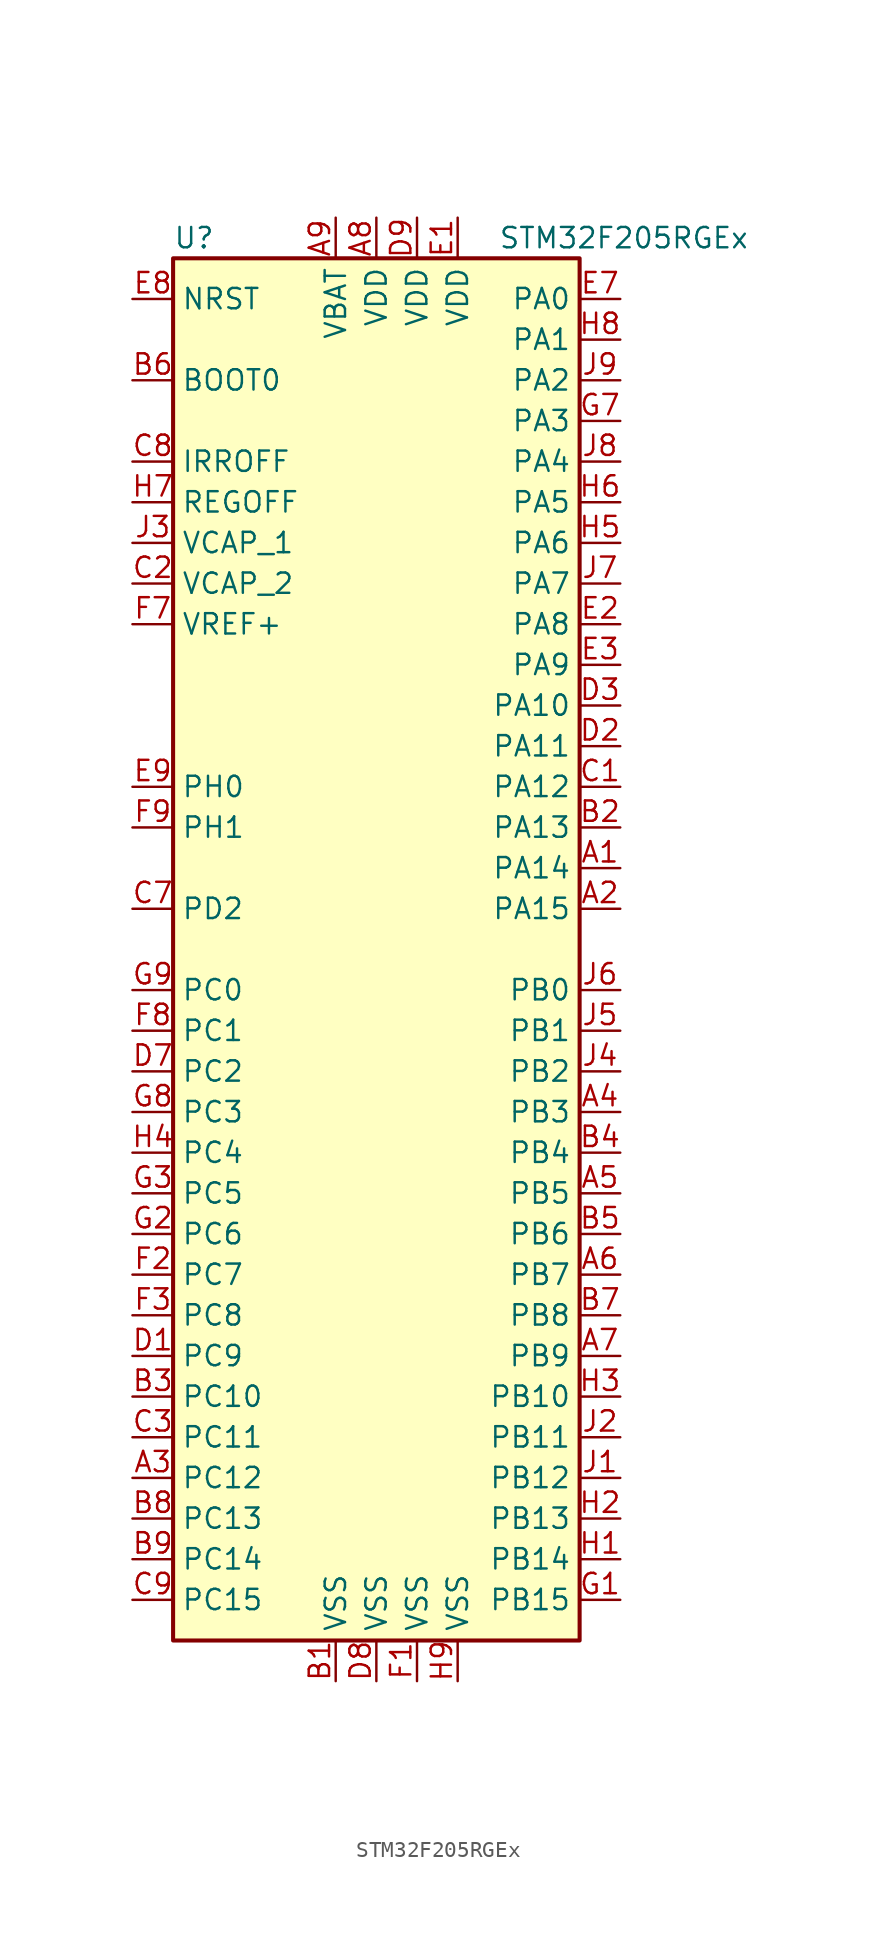
<source format=kicad_sym>
(kicad_symbol_lib
  (version 20201005)
  (generator kicad_symbol_editor)
  (symbol "MCU_ST_STM32F2:STM32F205RGEx"
    (property "Reference" "U"
      (at -12.7 44.45 0)
      (effects (font (size 1.27 1.27)) (justify left)))
    (property "Value" "STM32F205RGEx"
      (at 7.62 44.45 0)
      (effects (font (size 1.27 1.27)) (justify left)))
    (symbol "STM32F205RGEx_0_1"
      (rectangle (start -12.7 -43.18) (end 12.7 43.18) (stroke (width 0.254)) (fill (type background))))
    (symbol "STM32F205RGEx_1_1"
      (pin input line (at -15.24 35.56 0) (length 2.54) (name "BOOT0" (effects (font (size 1.27 1.27)))) (number "B6" (effects (font (size 1.27 1.27)))))
      (pin power_in line (at -15.24 30.48 0) (length 2.54) (name "IRROFF" (effects (font (size 1.27 1.27)))) (number "C8" (effects (font (size 1.27 1.27)))))
      (pin input line (at -15.24 40.64 0) (length 2.54) (name "NRST" (effects (font (size 1.27 1.27)))) (number "E8" (effects (font (size 1.27 1.27)))))
      (pin bidirectional line (at 15.24 40.64 180) (length 2.54) (name "PA0" (effects (font (size 1.27 1.27)))) (number "E7" (effects (font (size 1.27 1.27)))))
      (pin bidirectional line (at 15.24 38.1 180) (length 2.54) (name "PA1" (effects (font (size 1.27 1.27)))) (number "H8" (effects (font (size 1.27 1.27)))))
      (pin bidirectional line (at 15.24 15.24 180) (length 2.54) (name "PA10" (effects (font (size 1.27 1.27)))) (number "D3" (effects (font (size 1.27 1.27)))))
      (pin bidirectional line (at 15.24 12.7 180) (length 2.54) (name "PA11" (effects (font (size 1.27 1.27)))) (number "D2" (effects (font (size 1.27 1.27)))))
      (pin bidirectional line (at 15.24 10.16 180) (length 2.54) (name "PA12" (effects (font (size 1.27 1.27)))) (number "C1" (effects (font (size 1.27 1.27)))))
      (pin bidirectional line (at 15.24 7.62 180) (length 2.54) (name "PA13" (effects (font (size 1.27 1.27)))) (number "B2" (effects (font (size 1.27 1.27)))))
      (pin bidirectional line (at 15.24 5.08 180) (length 2.54) (name "PA14" (effects (font (size 1.27 1.27)))) (number "A1" (effects (font (size 1.27 1.27)))))
      (pin bidirectional line (at 15.24 2.54 180) (length 2.54) (name "PA15" (effects (font (size 1.27 1.27)))) (number "A2" (effects (font (size 1.27 1.27)))))
      (pin bidirectional line (at 15.24 35.56 180) (length 2.54) (name "PA2" (effects (font (size 1.27 1.27)))) (number "J9" (effects (font (size 1.27 1.27)))))
      (pin bidirectional line (at 15.24 33.02 180) (length 2.54) (name "PA3" (effects (font (size 1.27 1.27)))) (number "G7" (effects (font (size 1.27 1.27)))))
      (pin bidirectional line (at 15.24 30.48 180) (length 2.54) (name "PA4" (effects (font (size 1.27 1.27)))) (number "J8" (effects (font (size 1.27 1.27)))))
      (pin bidirectional line (at 15.24 27.94 180) (length 2.54) (name "PA5" (effects (font (size 1.27 1.27)))) (number "H6" (effects (font (size 1.27 1.27)))))
      (pin bidirectional line (at 15.24 25.4 180) (length 2.54) (name "PA6" (effects (font (size 1.27 1.27)))) (number "H5" (effects (font (size 1.27 1.27)))))
      (pin bidirectional line (at 15.24 22.86 180) (length 2.54) (name "PA7" (effects (font (size 1.27 1.27)))) (number "J7" (effects (font (size 1.27 1.27)))))
      (pin bidirectional line (at 15.24 20.32 180) (length 2.54) (name "PA8" (effects (font (size 1.27 1.27)))) (number "E2" (effects (font (size 1.27 1.27)))))
      (pin bidirectional line (at 15.24 17.78 180) (length 2.54) (name "PA9" (effects (font (size 1.27 1.27)))) (number "E3" (effects (font (size 1.27 1.27)))))
      (pin bidirectional line (at 15.24 -2.54 180) (length 2.54) (name "PB0" (effects (font (size 1.27 1.27)))) (number "J6" (effects (font (size 1.27 1.27)))))
      (pin bidirectional line (at 15.24 -5.08 180) (length 2.54) (name "PB1" (effects (font (size 1.27 1.27)))) (number "J5" (effects (font (size 1.27 1.27)))))
      (pin bidirectional line (at 15.24 -27.94 180) (length 2.54) (name "PB10" (effects (font (size 1.27 1.27)))) (number "H3" (effects (font (size 1.27 1.27)))))
      (pin bidirectional line (at 15.24 -30.48 180) (length 2.54) (name "PB11" (effects (font (size 1.27 1.27)))) (number "J2" (effects (font (size 1.27 1.27)))))
      (pin bidirectional line (at 15.24 -33.02 180) (length 2.54) (name "PB12" (effects (font (size 1.27 1.27)))) (number "J1" (effects (font (size 1.27 1.27)))))
      (pin bidirectional line (at 15.24 -35.56 180) (length 2.54) (name "PB13" (effects (font (size 1.27 1.27)))) (number "H2" (effects (font (size 1.27 1.27)))))
      (pin bidirectional line (at 15.24 -38.1 180) (length 2.54) (name "PB14" (effects (font (size 1.27 1.27)))) (number "H1" (effects (font (size 1.27 1.27)))))
      (pin bidirectional line (at 15.24 -40.64 180) (length 2.54) (name "PB15" (effects (font (size 1.27 1.27)))) (number "G1" (effects (font (size 1.27 1.27)))))
      (pin bidirectional line (at 15.24 -7.62 180) (length 2.54) (name "PB2" (effects (font (size 1.27 1.27)))) (number "J4" (effects (font (size 1.27 1.27)))))
      (pin bidirectional line (at 15.24 -10.16 180) (length 2.54) (name "PB3" (effects (font (size 1.27 1.27)))) (number "A4" (effects (font (size 1.27 1.27)))))
      (pin bidirectional line (at 15.24 -12.7 180) (length 2.54) (name "PB4" (effects (font (size 1.27 1.27)))) (number "B4" (effects (font (size 1.27 1.27)))))
      (pin bidirectional line (at 15.24 -15.24 180) (length 2.54) (name "PB5" (effects (font (size 1.27 1.27)))) (number "A5" (effects (font (size 1.27 1.27)))))
      (pin bidirectional line (at 15.24 -17.78 180) (length 2.54) (name "PB6" (effects (font (size 1.27 1.27)))) (number "B5" (effects (font (size 1.27 1.27)))))
      (pin bidirectional line (at 15.24 -20.32 180) (length 2.54) (name "PB7" (effects (font (size 1.27 1.27)))) (number "A6" (effects (font (size 1.27 1.27)))))
      (pin bidirectional line (at 15.24 -22.86 180) (length 2.54) (name "PB8" (effects (font (size 1.27 1.27)))) (number "B7" (effects (font (size 1.27 1.27)))))
      (pin bidirectional line (at 15.24 -25.4 180) (length 2.54) (name "PB9" (effects (font (size 1.27 1.27)))) (number "A7" (effects (font (size 1.27 1.27)))))
      (pin bidirectional line (at -15.24 -2.54 0) (length 2.54) (name "PC0" (effects (font (size 1.27 1.27)))) (number "G9" (effects (font (size 1.27 1.27)))))
      (pin bidirectional line (at -15.24 -5.08 0) (length 2.54) (name "PC1" (effects (font (size 1.27 1.27)))) (number "F8" (effects (font (size 1.27 1.27)))))
      (pin bidirectional line (at -15.24 -27.94 0) (length 2.54) (name "PC10" (effects (font (size 1.27 1.27)))) (number "B3" (effects (font (size 1.27 1.27)))))
      (pin bidirectional line (at -15.24 -30.48 0) (length 2.54) (name "PC11" (effects (font (size 1.27 1.27)))) (number "C3" (effects (font (size 1.27 1.27)))))
      (pin bidirectional line (at -15.24 -33.02 0) (length 2.54) (name "PC12" (effects (font (size 1.27 1.27)))) (number "A3" (effects (font (size 1.27 1.27)))))
      (pin bidirectional line (at -15.24 -35.56 0) (length 2.54) (name "PC13" (effects (font (size 1.27 1.27)))) (number "B8" (effects (font (size 1.27 1.27)))))
      (pin bidirectional line (at -15.24 -38.1 0) (length 2.54) (name "PC14" (effects (font (size 1.27 1.27)))) (number "B9" (effects (font (size 1.27 1.27)))))
      (pin bidirectional line (at -15.24 -40.64 0) (length 2.54) (name "PC15" (effects (font (size 1.27 1.27)))) (number "C9" (effects (font (size 1.27 1.27)))))
      (pin bidirectional line (at -15.24 -7.62 0) (length 2.54) (name "PC2" (effects (font (size 1.27 1.27)))) (number "D7" (effects (font (size 1.27 1.27)))))
      (pin bidirectional line (at -15.24 -10.16 0) (length 2.54) (name "PC3" (effects (font (size 1.27 1.27)))) (number "G8" (effects (font (size 1.27 1.27)))))
      (pin bidirectional line (at -15.24 -12.7 0) (length 2.54) (name "PC4" (effects (font (size 1.27 1.27)))) (number "H4" (effects (font (size 1.27 1.27)))))
      (pin bidirectional line (at -15.24 -15.24 0) (length 2.54) (name "PC5" (effects (font (size 1.27 1.27)))) (number "G3" (effects (font (size 1.27 1.27)))))
      (pin bidirectional line (at -15.24 -17.78 0) (length 2.54) (name "PC6" (effects (font (size 1.27 1.27)))) (number "G2" (effects (font (size 1.27 1.27)))))
      (pin bidirectional line (at -15.24 -20.32 0) (length 2.54) (name "PC7" (effects (font (size 1.27 1.27)))) (number "F2" (effects (font (size 1.27 1.27)))))
      (pin bidirectional line (at -15.24 -22.86 0) (length 2.54) (name "PC8" (effects (font (size 1.27 1.27)))) (number "F3" (effects (font (size 1.27 1.27)))))
      (pin bidirectional line (at -15.24 -25.4 0) (length 2.54) (name "PC9" (effects (font (size 1.27 1.27)))) (number "D1" (effects (font (size 1.27 1.27)))))
      (pin bidirectional line (at -15.24 2.54 0) (length 2.54) (name "PD2" (effects (font (size 1.27 1.27)))) (number "C7" (effects (font (size 1.27 1.27)))))
      (pin input line (at -15.24 10.16 0) (length 2.54) (name "PH0" (effects (font (size 1.27 1.27)))) (number "E9" (effects (font (size 1.27 1.27)))))
      (pin input line (at -15.24 7.62 0) (length 2.54) (name "PH1" (effects (font (size 1.27 1.27)))) (number "F9" (effects (font (size 1.27 1.27)))))
      (pin power_in line (at -15.24 27.94 0) (length 2.54) (name "REGOFF" (effects (font (size 1.27 1.27)))) (number "H7" (effects (font (size 1.27 1.27)))))
      (pin power_in line (at -2.54 45.72 270) (length 2.54) (name "VBAT" (effects (font (size 1.27 1.27)))) (number "A9" (effects (font (size 1.27 1.27)))))
      (pin power_in line (at -15.24 25.4 0) (length 2.54) (name "VCAP_1" (effects (font (size 1.27 1.27)))) (number "J3" (effects (font (size 1.27 1.27)))))
      (pin power_in line (at -15.24 22.86 0) (length 2.54) (name "VCAP_2" (effects (font (size 1.27 1.27)))) (number "C2" (effects (font (size 1.27 1.27)))))
      (pin power_in line (at 0 45.72 270) (length 2.54) (name "VDD" (effects (font (size 1.27 1.27)))) (number "A8" (effects (font (size 1.27 1.27)))))
      (pin power_in line (at 2.54 45.72 270) (length 2.54) (name "VDD" (effects (font (size 1.27 1.27)))) (number "D9" (effects (font (size 1.27 1.27)))))
      (pin power_in line (at 5.08 45.72 270) (length 2.54) (name "VDD" (effects (font (size 1.27 1.27)))) (number "E1" (effects (font (size 1.27 1.27)))))
      (pin power_in line (at -15.24 20.32 0) (length 2.54) (name "VREF+" (effects (font (size 1.27 1.27)))) (number "F7" (effects (font (size 1.27 1.27)))))
      (pin power_in line (at -2.54 -45.72 90) (length 2.54) (name "VSS" (effects (font (size 1.27 1.27)))) (number "B1" (effects (font (size 1.27 1.27)))))
      (pin power_in line (at 0 -45.72 90) (length 2.54) (name "VSS" (effects (font (size 1.27 1.27)))) (number "D8" (effects (font (size 1.27 1.27)))))
      (pin power_in line (at 2.54 -45.72 90) (length 2.54) (name "VSS" (effects (font (size 1.27 1.27)))) (number "F1" (effects (font (size 1.27 1.27)))))
      (pin power_in line (at 5.08 -45.72 90) (length 2.54) (name "VSS" (effects (font (size 1.27 1.27)))) (number "H9" (effects (font (size 1.27 1.27))))))))
</source>
